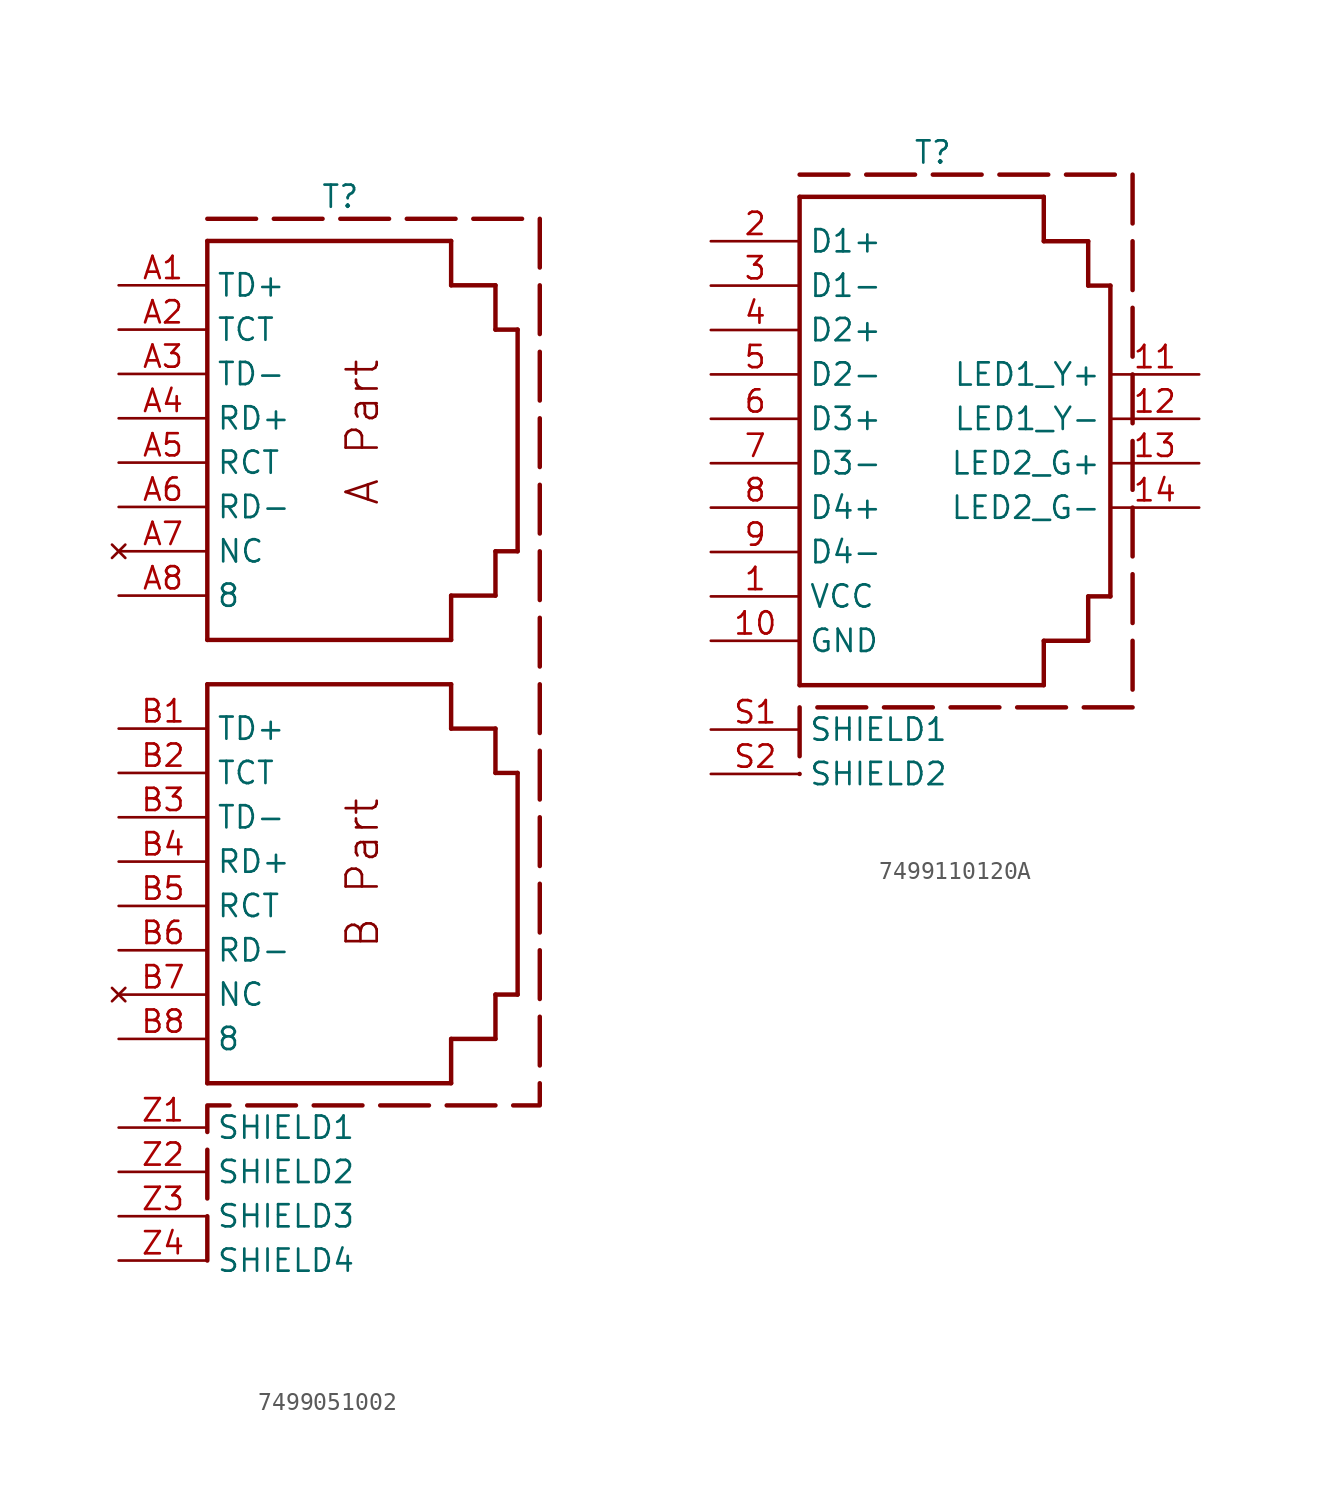
<source format=kicad_sym>
(kicad_symbol_lib
  (version 20220914)
  (generator kicad_symbol_editor)
  (symbol "7499051002"
    (property "Reference" "T"
      (at 0 25.4 0)
      (effects (font (size 1.27 1.27))))
    (property "Critical Parameter" ""
      (at 0 -5.08 0)
      (effects (font (size 1.27 1.27)) (justify left)))
    (symbol "7499051002_0_0"
      (polyline (pts (xy -7.62 -25.4) (xy -7.62 -2.54)) (stroke (width 0.254) (type default)) (fill (type none)))
      (polyline (pts (xy -7.62 -2.54) (xy 6.35 -2.54)) (stroke (width 0.254) (type default)) (fill (type none)))
      (polyline (pts (xy -7.62 0) (xy -7.62 22.86)) (stroke (width 0.254) (type default)) (fill (type none)))
      (polyline (pts (xy -7.62 22.86) (xy 6.35 22.86)) (stroke (width 0.254) (type default)) (fill (type none)))
      (polyline (pts (xy 6.35 -25.4) (xy -7.62 -25.4)) (stroke (width 0.254) (type default)) (fill (type none)))
      (polyline (pts (xy 6.35 -25.4) (xy 6.35 -22.86)) (stroke (width 0.254) (type default)) (fill (type none)))
      (polyline (pts (xy 6.35 -22.86) (xy 8.89 -22.86)) (stroke (width 0.254) (type default)) (fill (type none)))
      (polyline (pts (xy 6.35 -5.08) (xy 8.89 -5.08)) (stroke (width 0.254) (type default)) (fill (type none)))
      (polyline (pts (xy 6.35 -2.54) (xy 6.35 -5.08)) (stroke (width 0.254) (type default)) (fill (type none)))
      (polyline (pts (xy 6.35 0) (xy -7.62 0)) (stroke (width 0.254) (type default)) (fill (type none)))
      (polyline (pts (xy 6.35 0) (xy 6.35 2.54)) (stroke (width 0.254) (type default)) (fill (type none)))
      (polyline (pts (xy 6.35 2.54) (xy 8.89 2.54)) (stroke (width 0.254) (type default)) (fill (type none)))
      (polyline (pts (xy 6.35 20.32) (xy 8.89 20.32)) (stroke (width 0.254) (type default)) (fill (type none)))
      (polyline (pts (xy 6.35 22.86) (xy 6.35 20.32)) (stroke (width 0.254) (type default)) (fill (type none)))
      (polyline (pts (xy 8.89 -22.86) (xy 8.89 -20.32)) (stroke (width 0.254) (type default)) (fill (type none)))
      (polyline (pts (xy 8.89 -20.32) (xy 10.16 -20.32)) (stroke (width 0.254) (type default)) (fill (type none)))
      (polyline (pts (xy 8.89 -7.62) (xy 10.16 -7.62)) (stroke (width 0.254) (type default)) (fill (type none)))
      (polyline (pts (xy 8.89 -5.08) (xy 8.89 -7.62)) (stroke (width 0.254) (type default)) (fill (type none)))
      (polyline (pts (xy 8.89 2.54) (xy 8.89 5.08)) (stroke (width 0.254) (type default)) (fill (type none)))
      (polyline (pts (xy 8.89 5.08) (xy 10.16 5.08)) (stroke (width 0.254) (type default)) (fill (type none)))
      (polyline (pts (xy 8.89 17.78) (xy 10.16 17.78)) (stroke (width 0.254) (type default)) (fill (type none)))
      (polyline (pts (xy 8.89 20.32) (xy 8.89 17.78)) (stroke (width 0.254) (type default)) (fill (type none)))
      (polyline (pts (xy 10.16 -7.62) (xy 10.16 -20.32)) (stroke (width 0.254) (type default)) (fill (type none)))
      (polyline (pts (xy 10.16 17.78) (xy 10.16 5.08)) (stroke (width 0.254) (type default)) (fill (type none)))
      (text "A Part" (at 1.27 7.62 900) (effects (font (size 1.778 1.778)) (justify left)))
      (text "B Part" (at 1.27 -17.78 900) (effects (font (size 1.778 1.778)) (justify left)))
      (pin passive line (at -12.7 -27.94 0) (length 5.08) (name "SHIELD1" (effects (font (size 1.27 1.27)))) (number "Z1" (effects (font (size 1.27 1.27)))))
      (pin passive line (at -12.7 -30.48 0) (length 5.08) (name "SHIELD2" (effects (font (size 1.27 1.27)))) (number "Z2" (effects (font (size 1.27 1.27)))))
      (pin passive line (at -12.7 -33.02 0) (length 5.08) (name "SHIELD3" (effects (font (size 1.27 1.27)))) (number "Z3" (effects (font (size 1.27 1.27)))))
      (pin passive line (at -12.7 -35.56 0) (length 5.08) (name "SHIELD4" (effects (font (size 1.27 1.27)))) (number "Z4" (effects (font (size 1.27 1.27))))))
    (symbol "7499051002_1_0"
      (pin passive line (at -12.7 20.32 0) (length 5.08) (name "TD+" (effects (font (size 1.27 1.27)))) (number "A1" (effects (font (size 1.27 1.27)))))
      (pin passive line (at -12.7 17.78 0) (length 5.08) (name "TCT" (effects (font (size 1.27 1.27)))) (number "A2" (effects (font (size 1.27 1.27)))))
      (pin passive line (at -12.7 15.24 0) (length 5.08) (name "TD-" (effects (font (size 1.27 1.27)))) (number "A3" (effects (font (size 1.27 1.27)))))
      (pin passive line (at -12.7 12.7 0) (length 5.08) (name "RD+" (effects (font (size 1.27 1.27)))) (number "A4" (effects (font (size 1.27 1.27)))))
      (pin passive line (at -12.7 10.16 0) (length 5.08) (name "RCT" (effects (font (size 1.27 1.27)))) (number "A5" (effects (font (size 1.27 1.27)))))
      (pin passive line (at -12.7 7.62 0) (length 5.08) (name "RD-" (effects (font (size 1.27 1.27)))) (number "A6" (effects (font (size 1.27 1.27)))))
      (pin no_connect line (at -12.7 5.08 0) (length 5.08) (name "NC" (effects (font (size 1.27 1.27)))) (number "A7" (effects (font (size 1.27 1.27)))))
      (pin passive line (at -12.7 2.54 0) (length 5.08) (name "8" (effects (font (size 1.27 1.27)))) (number "A8" (effects (font (size 1.27 1.27)))))
      (pin passive line (at -12.7 -5.08 0) (length 5.08) (name "TD+" (effects (font (size 1.27 1.27)))) (number "B1" (effects (font (size 1.27 1.27)))))
      (pin passive line (at -12.7 -7.62 0) (length 5.08) (name "TCT" (effects (font (size 1.27 1.27)))) (number "B2" (effects (font (size 1.27 1.27)))))
      (pin passive line (at -12.7 -10.16 0) (length 5.08) (name "TD-" (effects (font (size 1.27 1.27)))) (number "B3" (effects (font (size 1.27 1.27)))))
      (pin passive line (at -12.7 -12.7 0) (length 5.08) (name "RD+" (effects (font (size 1.27 1.27)))) (number "B4" (effects (font (size 1.27 1.27)))))
      (pin passive line (at -12.7 -15.24 0) (length 5.08) (name "RCT" (effects (font (size 1.27 1.27)))) (number "B5" (effects (font (size 1.27 1.27)))))
      (pin passive line (at -12.7 -17.78 0) (length 5.08) (name "RD-" (effects (font (size 1.27 1.27)))) (number "B6" (effects (font (size 1.27 1.27)))))
      (pin no_connect line (at -12.7 -20.32 0) (length 5.08) (name "NC" (effects (font (size 1.27 1.27)))) (number "B7" (effects (font (size 1.27 1.27)))))
      (pin passive line (at -12.7 -22.86 0) (length 5.08) (name "8" (effects (font (size 1.27 1.27)))) (number "B8" (effects (font (size 1.27 1.27))))))
    (symbol "7499051002_1_1"
      (polyline (pts (xy -7.62 24.13) (xy 11.43 24.13) (xy 11.43 -26.67) (xy -7.62 -26.67) (xy -7.62 -35.56)) (stroke (width 0.254) (type dash)) (fill (type none)))))
  (symbol "7499110120A"
    (property "Reference" "T"
      (at 0 17.78 0)
      (effects (font (size 1.27 1.27))))
    (property "Critical Parameter" ""
      (at 0 -5.08 0)
      (effects (font (size 1.27 1.27)) (justify left)))
    (symbol "7499110120A_0_0"
      (polyline (pts (xy -7.62 -12.7) (xy -7.62 15.24)) (stroke (width 0.254) (type default)) (fill (type none)))
      (polyline (pts (xy -7.62 15.24) (xy 6.35 15.24)) (stroke (width 0.254) (type default)) (fill (type none)))
      (polyline (pts (xy 6.35 -12.7) (xy -7.62 -12.7)) (stroke (width 0.254) (type default)) (fill (type none)))
      (polyline (pts (xy 6.35 -12.7) (xy 6.35 -10.16)) (stroke (width 0.254) (type default)) (fill (type none)))
      (polyline (pts (xy 6.35 -10.16) (xy 8.89 -10.16)) (stroke (width 0.254) (type default)) (fill (type none)))
      (polyline (pts (xy 6.35 12.7) (xy 8.89 12.7)) (stroke (width 0.254) (type default)) (fill (type none)))
      (polyline (pts (xy 6.35 15.24) (xy 6.35 12.7)) (stroke (width 0.254) (type default)) (fill (type none)))
      (polyline (pts (xy 8.89 -10.16) (xy 8.89 -7.62)) (stroke (width 0.254) (type default)) (fill (type none)))
      (polyline (pts (xy 8.89 -7.62) (xy 10.16 -7.62)) (stroke (width 0.254) (type default)) (fill (type none)))
      (polyline (pts (xy 8.89 10.16) (xy 10.16 10.16)) (stroke (width 0.254) (type default)) (fill (type none)))
      (polyline (pts (xy 8.89 12.7) (xy 8.89 10.16)) (stroke (width 0.254) (type default)) (fill (type none)))
      (polyline (pts (xy 10.16 10.16) (xy 10.16 -7.62)) (stroke (width 0.254) (type default)) (fill (type none)))
      (pin passive line (at -12.7 -7.62 0) (length 5.08) (name "VCC" (effects (font (size 1.27 1.27)))) (number "1" (effects (font (size 1.27 1.27)))))
      (pin passive line (at -12.7 -10.16 0) (length 5.08) (name "GND" (effects (font (size 1.27 1.27)))) (number "10" (effects (font (size 1.27 1.27)))))
      (pin passive line (at -12.7 12.7 0) (length 5.08) (name "D1+" (effects (font (size 1.27 1.27)))) (number "2" (effects (font (size 1.27 1.27)))))
      (pin passive line (at -12.7 10.16 0) (length 5.08) (name "D1-" (effects (font (size 1.27 1.27)))) (number "3" (effects (font (size 1.27 1.27)))))
      (pin passive line (at -12.7 7.62 0) (length 5.08) (name "D2+" (effects (font (size 1.27 1.27)))) (number "4" (effects (font (size 1.27 1.27)))))
      (pin passive line (at -12.7 5.08 0) (length 5.08) (name "D2-" (effects (font (size 1.27 1.27)))) (number "5" (effects (font (size 1.27 1.27)))))
      (pin passive line (at -12.7 2.54 0) (length 5.08) (name "D3+" (effects (font (size 1.27 1.27)))) (number "6" (effects (font (size 1.27 1.27)))))
      (pin passive line (at -12.7 0 0) (length 5.08) (name "D3-" (effects (font (size 1.27 1.27)))) (number "7" (effects (font (size 1.27 1.27)))))
      (pin passive line (at -12.7 -2.54 0) (length 5.08) (name "D4+" (effects (font (size 1.27 1.27)))) (number "8" (effects (font (size 1.27 1.27)))))
      (pin passive line (at -12.7 -5.08 0) (length 5.08) (name "D4-" (effects (font (size 1.27 1.27)))) (number "9" (effects (font (size 1.27 1.27)))))
      (pin passive line (at -12.7 -15.24 0) (length 5.08) (name "SHIELD1" (effects (font (size 1.27 1.27)))) (number "S1" (effects (font (size 1.27 1.27)))))
      (pin passive line (at -12.7 -17.78 0) (length 5.08) (name "SHIELD2" (effects (font (size 1.27 1.27)))) (number "S2" (effects (font (size 1.27 1.27))))))
    (symbol "7499110120A_1_0"
      (pin passive line (at 15.24 5.08 180) (length 5.08) (name "LED1_Y+" (effects (font (size 1.27 1.27)))) (number "11" (effects (font (size 1.27 1.27)))))
      (pin passive line (at 15.24 2.54 180) (length 5.08) (name "LED1_Y-" (effects (font (size 1.27 1.27)))) (number "12" (effects (font (size 1.27 1.27)))))
      (pin passive line (at 15.24 0 180) (length 5.08) (name "LED2_G+" (effects (font (size 1.27 1.27)))) (number "13" (effects (font (size 1.27 1.27)))))
      (pin passive line (at 15.24 -2.54 180) (length 5.08) (name "LED2_G-" (effects (font (size 1.27 1.27)))) (number "14" (effects (font (size 1.27 1.27))))))
    (symbol "7499110120A_1_1"
      (polyline (pts (xy -7.62 16.51) (xy 11.43 16.51) (xy 11.43 -13.97) (xy -7.62 -13.97) (xy -7.62 -17.78)) (stroke (width 0.254) (type dash)) (fill (type none))))))
</source>
